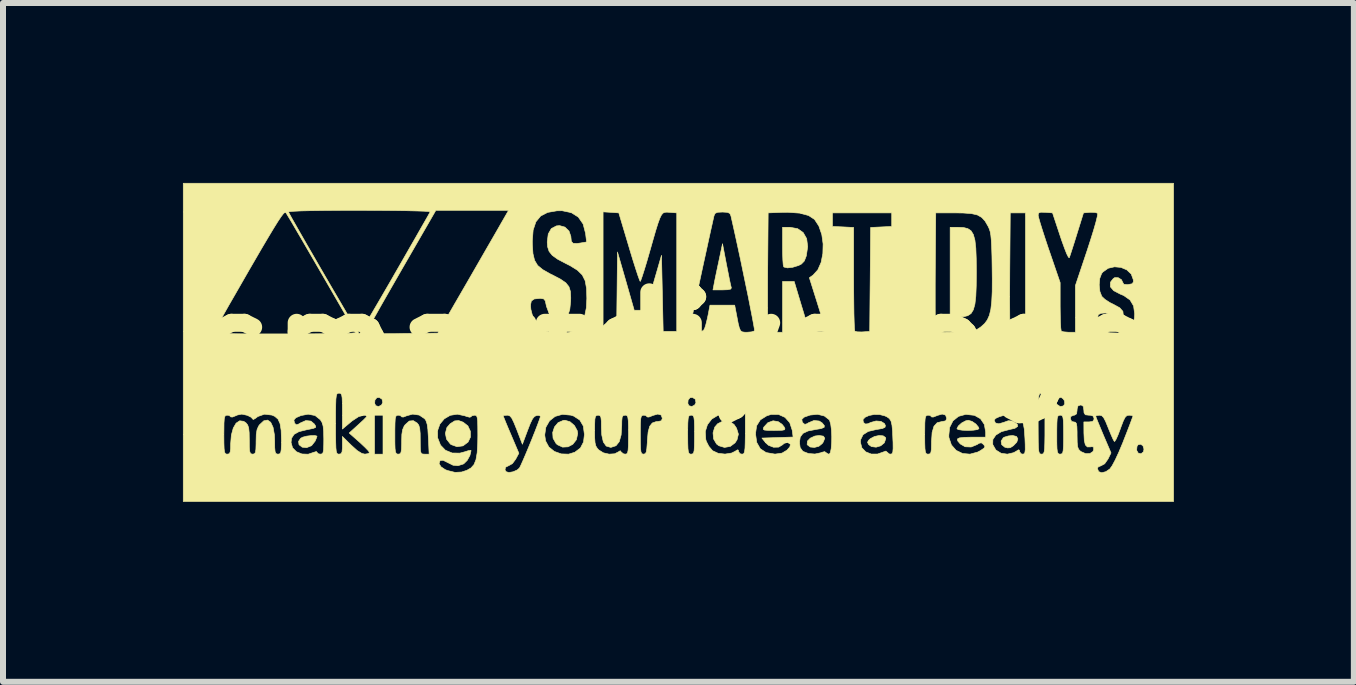
<source format=kicad_pcb>
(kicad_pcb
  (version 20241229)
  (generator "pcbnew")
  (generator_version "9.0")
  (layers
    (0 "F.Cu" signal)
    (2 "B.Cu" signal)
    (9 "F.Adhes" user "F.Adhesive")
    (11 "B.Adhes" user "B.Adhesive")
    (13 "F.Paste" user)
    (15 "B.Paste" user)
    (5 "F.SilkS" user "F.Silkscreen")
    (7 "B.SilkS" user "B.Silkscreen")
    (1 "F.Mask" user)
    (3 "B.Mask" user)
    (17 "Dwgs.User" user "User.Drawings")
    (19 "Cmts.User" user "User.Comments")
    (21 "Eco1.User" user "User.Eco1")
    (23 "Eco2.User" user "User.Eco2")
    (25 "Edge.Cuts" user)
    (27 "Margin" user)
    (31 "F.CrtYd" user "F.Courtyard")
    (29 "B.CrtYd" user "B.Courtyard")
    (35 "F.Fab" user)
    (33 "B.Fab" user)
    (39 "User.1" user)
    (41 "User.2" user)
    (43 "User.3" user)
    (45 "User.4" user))
  (footprint "smartdiyslogo"
    (layer "F.Cu")
    (at 8.246 2.658)
    (property "Reference" "smartdiyslogo" (at 0 0 0) (layer "F.SilkS") (effects (font (size 1.524 1.524) (thickness 0.3))))
    (attr through_hole)
    (fp_poly (pts (xy 2.431 1.563) (xy 2.454 1.598) (xy 2.429 1.661) (xy 2.411 1.687) (xy 2.355 1.732) (xy 2.281 1.751) (xy 2.21 1.744) (xy 2.164 1.708) (xy 2.16 1.701) (xy 2.165 1.645) (xy 2.213 1.596) (xy 2.289 1.561) (xy 2.36 1.552) (xy 2.431 1.563)) (stroke (width 0.01) (type solid)) (fill yes) (layer "F.SilkS"))
    (fp_poly (pts (xy 3.428 1.558) (xy 3.467 1.586) (xy 3.471 1.604) (xy 3.447 1.674) (xy 3.387 1.724) (xy 3.309 1.747) (xy 3.232 1.737) (xy 3.186 1.704) (xy 3.166 1.666) (xy 3.185 1.631) (xy 3.214 1.605) (xy 3.284 1.568) (xy 3.361 1.552) (xy 3.428 1.558)) (stroke (width 0.01) (type solid)) (fill yes) (layer "F.SilkS"))
    (fp_poly (pts (xy 5.65 1.568) (xy 5.673 1.609) (xy 5.655 1.663) (xy 5.599 1.722) (xy 5.546 1.756) (xy 5.5 1.759) (xy 5.454 1.747) (xy 5.403 1.705) (xy 5.394 1.645) (xy 5.429 1.591) (xy 5.445 1.581) (xy 5.513 1.56) (xy 5.586 1.552) (xy 5.65 1.568)) (stroke (width 0.01) (type solid)) (fill yes) (layer "F.SilkS"))
    (fp_poly (pts (xy -6.013 1.562) (xy -6.011 1.565) (xy -6.022 1.597) (xy -6.043 1.647) (xy -6.102 1.722) (xy -6.185 1.755) (xy -6.258 1.747) (xy -6.311 1.706) (xy -6.319 1.65) (xy -6.283 1.598) (xy -6.249 1.58) (xy -6.185 1.563) (xy -6.111 1.554) (xy -6.047 1.553) (xy -6.013 1.562)) (stroke (width 0.01) (type solid)) (fill yes) (layer "F.SilkS"))
    (fp_poly (pts (xy 4.909 1.317) (xy 4.973 1.361) (xy 5.016 1.413) (xy 5.024 1.439) (xy 4.998 1.454) (xy 4.929 1.464) (xy 4.84 1.468) (xy 4.747 1.464) (xy 4.681 1.454) (xy 4.657 1.44) (xy 4.68 1.394) (xy 4.735 1.344) (xy 4.802 1.308) (xy 4.845 1.298) (xy 4.909 1.317)) (stroke (width 0.01) (type solid)) (fill yes) (layer "F.SilkS"))
    (fp_poly (pts (xy -3.575 1.33) (xy -3.496 1.392) (xy -3.454 1.482) (xy -3.453 1.579) (xy -3.493 1.662) (xy -3.577 1.725) (xy -3.677 1.739) (xy -3.775 1.704) (xy -3.789 1.693) (xy -3.852 1.613) (xy -3.871 1.516) (xy -3.846 1.42) (xy -3.792 1.357) (xy -3.717 1.309) (xy -3.65 1.303) (xy -3.575 1.33)) (stroke (width 0.01) (type solid)) (fill yes) (layer "F.SilkS"))
    (fp_poly (pts (xy 0.859 1.31) (xy 0.941 1.368) (xy 0.983 1.43) (xy 1.014 1.53) (xy 0.991 1.624) (xy 0.958 1.675) (xy 0.879 1.734) (xy 0.782 1.751) (xy 0.688 1.723) (xy 0.649 1.693) (xy 0.6 1.609) (xy 0.591 1.508) (xy 0.62 1.412) (xy 0.667 1.357) (xy 0.766 1.306) (xy 0.859 1.31)) (stroke (width 0.01) (type solid)) (fill yes) (layer "F.SilkS"))
    (fp_poly (pts (xy 1.677 1.321) (xy 1.742 1.366) (xy 1.777 1.41) (xy 1.79 1.44) (xy 1.782 1.457) (xy 1.743 1.465) (xy 1.662 1.467) (xy 1.609 1.468) (xy 1.506 1.467) (xy 1.449 1.462) (xy 1.428 1.449) (xy 1.432 1.425) (xy 1.44 1.41) (xy 1.505 1.339) (xy 1.592 1.307) (xy 1.677 1.321)) (stroke (width 0.01) (type solid)) (fill yes) (layer "F.SilkS"))
    (fp_poly (pts (xy -1.793 1.323) (xy -1.719 1.387) (xy -1.673 1.471) (xy -1.665 1.519) (xy -1.687 1.622) (xy -1.746 1.698) (xy -1.826 1.741) (xy -1.917 1.746) (xy -2.004 1.706) (xy -2.027 1.684) (xy -2.076 1.598) (xy -2.082 1.502) (xy -2.052 1.41) (xy -1.992 1.338) (xy -1.906 1.301) (xy -1.877 1.298) (xy -1.793 1.323)) (stroke (width 0.01) (type solid)) (fill yes) (layer "F.SilkS"))
    (fp_poly (pts (xy 0.816 -1.295) (xy 0.843 -1.159) (xy 0.866 -1.042) (xy 0.885 -0.955) (xy 0.896 -0.911) (xy 0.896 -0.91) (xy 0.887 -0.889) (xy 0.833 -0.878) (xy 0.75 -0.875) (xy 0.59 -0.875) (xy 0.608 -0.97) (xy 0.621 -1.038) (xy 0.643 -1.144) (xy 0.67 -1.272) (xy 0.688 -1.355) (xy 0.749 -1.645) (xy 0.816 -1.295)) (stroke (width 0.01) (type solid)) (fill yes) (layer "F.SilkS"))
    (fp_poly (pts (xy 2.001 -1.896) (xy 2.094 -1.831) (xy 2.152 -1.729) (xy 2.169 -1.596) (xy 2.146 -1.442) (xy 2.113 -1.357) (xy 2.064 -1.306) (xy 2.017 -1.282) (xy 1.919 -1.252) (xy 1.832 -1.242) (xy 1.774 -1.256) (xy 1.769 -1.261) (xy 1.761 -1.295) (xy 1.755 -1.373) (xy 1.751 -1.484) (xy 1.75 -1.599) (xy 1.75 -1.919) (xy 1.873 -1.919) (xy 2.001 -1.896)) (stroke (width 0.01) (type solid)) (fill yes) (layer "F.SilkS"))
    (fp_poly (pts (xy 4.766 -1.915) (xy 4.838 -1.897) (xy 4.893 -1.86) (xy 4.931 -1.798) (xy 4.957 -1.704) (xy 4.972 -1.573) (xy 4.979 -1.397) (xy 4.981 -1.172) (xy 4.981 -1.171) (xy 4.979 -0.945) (xy 4.972 -0.77) (xy 4.957 -0.638) (xy 4.931 -0.544) (xy 4.893 -0.482) (xy 4.838 -0.445) (xy 4.766 -0.428) (xy 4.673 -0.423) (xy 4.544 -0.423) (xy 4.544 -1.919) (xy 4.673 -1.919) (xy 4.766 -1.915)) (stroke (width 0.01) (type solid)) (fill yes) (layer "F.SilkS"))
    (fp_poly (pts (xy 8.269 2.653) (xy -8.241 2.653) (xy -8.241 1.538) (xy -7.564 1.538) (xy -7.563 1.678) (xy -7.56 1.77) (xy -7.553 1.825) (xy -7.541 1.853) (xy -7.521 1.862) (xy -7.507 1.863) (xy -7.476 1.857) (xy -7.459 1.829) (xy -7.452 1.769) (xy -7.451 1.692) (xy -7.439 1.545) (xy -7.407 1.428) (xy -7.36 1.347) (xy -7.3 1.307) (xy -7.233 1.316) (xy -7.195 1.342) (xy -7.167 1.377) (xy -7.15 1.427) (xy -7.142 1.506) (xy -7.14 1.627) (xy -7.139 1.743) (xy -7.134 1.813) (xy -7.122 1.848) (xy -7.101 1.861) (xy -7.084 1.863) (xy -7.055 1.858) (xy -7.038 1.834) (xy -7.03 1.782) (xy -7.027 1.687) (xy -7.027 1.655) (xy -7.024 1.535) (xy -7.011 1.455) (xy -6.986 1.397) (xy -6.969 1.373) (xy -6.898 1.307) (xy -6.835 1.295) (xy -6.783 1.332) (xy -6.744 1.415) (xy -6.721 1.542) (xy -6.717 1.643) (xy -6.716 1.754) (xy -6.71 1.819) (xy -6.697 1.852) (xy -6.673 1.862) (xy -6.66 1.863) (xy -6.633 1.858) (xy -6.616 1.837) (xy -6.608 1.789) (xy -6.604 1.702) (xy -6.604 1.668) (xy -6.444 1.668) (xy -6.419 1.757) (xy -6.354 1.823) (xy -6.263 1.86) (xy -6.158 1.864) (xy -6.066 1.833) (xy -6.021 1.819) (xy -6.011 1.833) (xy -5.988 1.857) (xy -5.955 1.863) (xy -5.928 1.858) (xy -5.911 1.838) (xy -5.902 1.791) (xy -5.899 1.707) (xy -5.898 1.612) (xy -5.901 1.484) (xy -5.909 1.397) (xy -5.925 1.34) (xy -5.701 1.34) (xy -5.701 1.355) (xy -5.701 1.535) (xy -5.699 1.667) (xy -5.696 1.758) (xy -5.69 1.815) (xy -5.68 1.846) (xy -5.666 1.86) (xy -5.646 1.863) (xy -5.644 1.863) (xy -5.611 1.856) (xy -5.594 1.825) (xy -5.588 1.758) (xy -5.588 1.715) (xy -5.588 1.568) (xy -5.439 1.715) (xy -5.34 1.804) (xy -5.264 1.851) (xy -5.213 1.863) (xy -5.157 1.854) (xy -5.136 1.836) (xy -5.156 1.806) (xy -5.209 1.751) (xy -5.284 1.68) (xy -5.306 1.66) (xy -5.475 1.511) (xy -5.313 1.364) (xy -5.233 1.29) (xy -5.19 1.246) (xy -5.181 1.224) (xy -5.201 1.216) (xy -5.231 1.215) (xy -5.316 1.237) (xy -5.423 1.307) (xy -5.45 1.329) (xy -5.588 1.445) (xy -5.588 1.214) (xy -5.052 1.214) (xy -5.052 1.863) (xy -4.911 1.863) (xy -4.911 1.538) (xy -4.713 1.538) (xy -4.713 1.678) (xy -4.71 1.77) (xy -4.703 1.825) (xy -4.69 1.853) (xy -4.67 1.862) (xy -4.657 1.863) (xy -4.628 1.858) (xy -4.611 1.834) (xy -4.603 1.782) (xy -4.6 1.687) (xy -4.6 1.655) (xy -4.597 1.535) (xy -4.584 1.455) (xy -4.559 1.397) (xy -4.542 1.373) (xy -4.473 1.311) (xy -4.405 1.305) (xy -4.341 1.345) (xy -4.315 1.379) (xy -4.299 1.433) (xy -4.291 1.517) (xy -4.29 1.627) (xy -4.289 1.742) (xy -4.285 1.812) (xy -4.274 1.848) (xy -4.252 1.861) (xy -4.216 1.863) (xy -4.142 1.863) (xy -4.154 1.596) (xy -4.162 1.47) (xy -4.001 1.47) (xy -4 1.591) (xy -3.952 1.713) (xy -3.87 1.798) (xy -3.758 1.844) (xy -3.63 1.846) (xy -3.551 1.825) (xy -3.485 1.804) (xy -3.447 1.8) (xy -3.443 1.804) (xy -3.462 1.885) (xy -3.507 1.967) (xy -3.564 2.023) (xy -3.573 2.028) (xy -3.662 2.056) (xy -3.743 2.048) (xy -3.835 2.002) (xy -3.908 1.966) (xy -3.953 1.968) (xy -3.961 1.974) (xy -3.976 2.021) (xy -3.945 2.073) (xy -3.874 2.121) (xy -3.836 2.136) (xy -3.71 2.167) (xy -3.6 2.161) (xy -3.512 2.132) (xy -3.444 2.093) (xy -3.394 2.037) (xy -3.361 1.955) (xy -3.341 1.839) (xy -3.332 1.681) (xy -3.33 1.553) (xy -3.331 1.41) (xy -3.333 1.314) (xy -3.34 1.256) (xy -3.351 1.226) (xy -3.353 1.225) (xy -2.907 1.225) (xy -2.896 1.254) (xy -2.868 1.324) (xy -2.826 1.425) (xy -2.776 1.542) (xy -2.646 1.848) (xy -2.699 1.947) (xy -2.754 2.021) (xy -2.815 2.055) (xy -2.815 2.055) (xy -2.868 2.081) (xy -2.877 2.127) (xy -2.858 2.156) (xy -2.812 2.169) (xy -2.742 2.157) (xy -2.674 2.127) (xy -2.637 2.095) (xy -2.616 2.055) (xy -2.58 1.975) (xy -2.533 1.866) (xy -2.48 1.739) (xy -2.426 1.607) (xy -2.401 1.544) (xy -2.215 1.544) (xy -2.2 1.644) (xy -2.146 1.744) (xy -2.054 1.818) (xy -1.939 1.859) (xy -1.816 1.863) (xy -1.713 1.831) (xy -1.62 1.761) (xy -1.568 1.661) (xy -1.553 1.535) (xy -1.562 1.469) (xy -1.383 1.469) (xy -1.382 1.593) (xy -1.376 1.674) (xy -1.362 1.728) (xy -1.338 1.767) (xy -1.314 1.793) (xy -1.237 1.841) (xy -1.141 1.863) (xy -1.049 1.857) (xy -0.99 1.827) (xy -0.956 1.806) (xy -0.94 1.827) (xy -0.904 1.857) (xy -0.873 1.863) (xy -0.849 1.859) (xy -0.834 1.84) (xy -0.825 1.798) (xy -0.82 1.723) (xy -0.819 1.605) (xy -0.818 1.538) (xy -0.621 1.538) (xy -0.62 1.678) (xy -0.617 1.771) (xy -0.61 1.826) (xy -0.597 1.853) (xy -0.578 1.862) (xy -0.567 1.863) (xy -0.54 1.856) (xy -0.523 1.83) (xy -0.513 1.773) (xy -0.505 1.674) (xy -0.504 1.638) (xy -0.495 1.538) (xy 0.169 1.538) (xy 0.17 1.678) (xy 0.173 1.77) (xy 0.18 1.825) (xy 0.192 1.853) (xy 0.212 1.862) (xy 0.226 1.863) (xy 0.25 1.859) (xy 0.266 1.843) (xy 0.276 1.803) (xy 0.28 1.731) (xy 0.282 1.617) (xy 0.282 1.538) (xy 0.282 1.486) (xy 0.462 1.486) (xy 0.47 1.617) (xy 0.479 1.649) (xy 0.522 1.733) (xy 0.581 1.803) (xy 0.584 1.806) (xy 0.677 1.849) (xy 0.791 1.862) (xy 0.9 1.845) (xy 0.953 1.819) (xy 0.999 1.791) (xy 1.014 1.797) (xy 1.016 1.819) (xy 1.04 1.855) (xy 1.072 1.863) (xy 1.093 1.86) (xy 1.107 1.848) (xy 1.117 1.818) (xy 1.124 1.763) (xy 1.127 1.675) (xy 1.129 1.546) (xy 1.129 1.521) (xy 1.299 1.521) (xy 1.299 1.523) (xy 1.32 1.669) (xy 1.379 1.773) (xy 1.477 1.837) (xy 1.615 1.861) (xy 1.628 1.862) (xy 1.741 1.846) (xy 1.823 1.797) (xy 1.871 1.743) (xy 1.881 1.701) (xy 1.88 1.698) (xy 1.834 1.667) (xy 1.777 1.683) (xy 1.75 1.707) (xy 1.685 1.746) (xy 1.6 1.748) (xy 1.516 1.716) (xy 1.467 1.672) (xy 1.461 1.664) (xy 2.032 1.664) (xy 2.043 1.753) (xy 2.083 1.809) (xy 2.095 1.819) (xy 2.183 1.853) (xy 2.29 1.861) (xy 2.388 1.84) (xy 2.399 1.834) (xy 2.453 1.821) (xy 2.469 1.834) (xy 2.51 1.86) (xy 2.528 1.863) (xy 2.547 1.837) (xy 2.561 1.769) (xy 2.568 1.674) (xy 2.569 1.665) (xy 3.048 1.665) (xy 3.072 1.757) (xy 3.137 1.825) (xy 3.228 1.861) (xy 3.334 1.861) (xy 3.422 1.83) (xy 3.472 1.812) (xy 3.494 1.83) (xy 3.527 1.859) (xy 3.552 1.863) (xy 3.575 1.856) (xy 3.588 1.828) (xy 3.593 1.769) (xy 3.592 1.667) (xy 3.59 1.63) (xy 3.586 1.538) (xy 4.12 1.538) (xy 4.121 1.678) (xy 4.124 1.77) (xy 4.131 1.825) (xy 4.143 1.853) (xy 4.163 1.862) (xy 4.177 1.863) (xy 4.206 1.858) (xy 4.223 1.835) (xy 4.231 1.782) (xy 4.233 1.687) (xy 4.233 1.654) (xy 4.24 1.557) (xy 4.521 1.557) (xy 4.524 1.588) (xy 4.565 1.71) (xy 4.644 1.8) (xy 4.751 1.852) (xy 4.875 1.863) (xy 5.004 1.828) (xy 5.049 1.804) (xy 5.108 1.764) (xy 5.124 1.737) (xy 5.105 1.707) (xy 5.102 1.703) (xy 5.254 1.703) (xy 5.304 1.79) (xy 5.311 1.797) (xy 5.393 1.848) (xy 5.498 1.863) (xy 5.601 1.839) (xy 5.638 1.819) (xy 5.683 1.791) (xy 5.699 1.797) (xy 5.701 1.819) (xy 5.724 1.855) (xy 5.752 1.863) (xy 5.776 1.858) (xy 5.79 1.836) (xy 5.796 1.787) (xy 5.795 1.7) (xy 5.791 1.602) (xy 5.78 1.445) (xy 5.76 1.34) (xy 6.011 1.34) (xy 6.011 1.355) (xy 6.012 1.535) (xy 6.013 1.667) (xy 6.016 1.758) (xy 6.022 1.815) (xy 6.032 1.846) (xy 6.047 1.86) (xy 6.066 1.863) (xy 6.068 1.863) (xy 6.088 1.86) (xy 6.102 1.848) (xy 6.113 1.818) (xy 6.119 1.763) (xy 6.122 1.675) (xy 6.124 1.546) (xy 6.124 1.538) (xy 6.322 1.538) (xy 6.322 1.678) (xy 6.325 1.77) (xy 6.332 1.825) (xy 6.345 1.853) (xy 6.364 1.862) (xy 6.378 1.863) (xy 6.402 1.859) (xy 6.419 1.843) (xy 6.428 1.803) (xy 6.433 1.731) (xy 6.435 1.617) (xy 6.435 1.538) (xy 6.434 1.399) (xy 6.431 1.306) (xy 6.427 1.27) (xy 6.548 1.27) (xy 6.568 1.317) (xy 6.604 1.326) (xy 6.632 1.331) (xy 6.649 1.353) (xy 6.657 1.403) (xy 6.66 1.493) (xy 6.66 1.551) (xy 6.662 1.665) (xy 6.669 1.738) (xy 6.685 1.782) (xy 6.714 1.812) (xy 6.724 1.82) (xy 6.802 1.854) (xy 6.874 1.853) (xy 6.925 1.819) (xy 6.937 1.787) (xy 6.935 1.743) (xy 6.898 1.739) (xy 6.885 1.742) (xy 6.832 1.743) (xy 6.798 1.709) (xy 6.78 1.634) (xy 6.774 1.509) (xy 6.774 1.503) (xy 6.773 1.326) (xy 6.858 1.326) (xy 6.92 1.318) (xy 6.942 1.285) (xy 6.943 1.27) (xy 6.93 1.229) (xy 6.971 1.229) (xy 6.981 1.26) (xy 7.01 1.332) (xy 7.052 1.433) (xy 7.098 1.544) (xy 7.226 1.842) (xy 7.176 1.944) (xy 7.12 2.024) (xy 7.063 2.055) (xy 7.013 2.076) (xy 6.999 2.1) (xy 7.019 2.154) (xy 7.07 2.173) (xy 7.14 2.155) (xy 7.206 2.11) (xy 7.244 2.057) (xy 7.296 1.96) (xy 7.358 1.826) (xy 7.369 1.799) (xy 7.653 1.799) (xy 7.68 1.846) (xy 7.726 1.857) (xy 7.767 1.824) (xy 7.775 1.778) (xy 7.758 1.723) (xy 7.718 1.697) (xy 7.677 1.707) (xy 7.659 1.734) (xy 7.653 1.799) (xy 7.369 1.799) (xy 7.425 1.666) (xy 7.433 1.644) (xy 7.488 1.504) (xy 7.535 1.383) (xy 7.569 1.291) (xy 7.589 1.237) (xy 7.592 1.228) (xy 7.568 1.217) (xy 7.526 1.214) (xy 7.491 1.22) (xy 7.462 1.248) (xy 7.432 1.306) (xy 7.394 1.405) (xy 7.382 1.439) (xy 7.344 1.54) (xy 7.311 1.614) (xy 7.288 1.65) (xy 7.282 1.652) (xy 7.263 1.621) (xy 7.231 1.55) (xy 7.191 1.454) (xy 7.18 1.426) (xy 7.136 1.318) (xy 7.102 1.253) (xy 7.071 1.222) (xy 7.035 1.214) (xy 7.035 1.214) (xy 6.985 1.22) (xy 6.971 1.229) (xy 6.93 1.229) (xy 6.929 1.229) (xy 6.88 1.214) (xy 6.858 1.214) (xy 6.798 1.207) (xy 6.776 1.174) (xy 6.773 1.129) (xy 6.764 1.067) (xy 6.731 1.045) (xy 6.717 1.044) (xy 6.676 1.058) (xy 6.661 1.107) (xy 6.66 1.129) (xy 6.652 1.191) (xy 6.619 1.213) (xy 6.604 1.214) (xy 6.557 1.234) (xy 6.548 1.27) (xy 6.427 1.27) (xy 6.424 1.251) (xy 6.412 1.223) (xy 6.392 1.214) (xy 6.378 1.214) (xy 6.354 1.217) (xy 6.338 1.234) (xy 6.328 1.273) (xy 6.324 1.345) (xy 6.322 1.459) (xy 6.322 1.538) (xy 6.124 1.538) (xy 6.124 1.369) (xy 6.124 1.355) (xy 6.124 1.174) (xy 6.123 1.042) (xy 6.121 0.992) (xy 6.308 0.992) (xy 6.324 1.033) (xy 6.378 1.069) (xy 6.43 1.06) (xy 6.454 1.028) (xy 6.45 0.974) (xy 6.428 0.941) (xy 6.391 0.914) (xy 6.356 0.93) (xy 6.339 0.946) (xy 6.308 0.992) (xy 6.121 0.992) (xy 6.119 0.952) (xy 6.113 0.894) (xy 6.103 0.863) (xy 6.089 0.85) (xy 6.069 0.847) (xy 6.068 0.847) (xy 6.048 0.849) (xy 6.033 0.861) (xy 6.023 0.891) (xy 6.017 0.946) (xy 6.013 1.035) (xy 6.012 1.163) (xy 6.011 1.34) (xy 5.76 1.34) (xy 5.76 1.336) (xy 5.726 1.265) (xy 5.674 1.223) (xy 5.606 1.202) (xy 5.536 1.201) (xy 5.449 1.214) (xy 5.366 1.238) (xy 5.302 1.267) (xy 5.278 1.296) (xy 5.299 1.344) (xy 5.356 1.357) (xy 5.436 1.334) (xy 5.513 1.306) (xy 5.575 1.31) (xy 5.601 1.321) (xy 5.663 1.362) (xy 5.67 1.4) (xy 5.624 1.432) (xy 5.532 1.453) (xy 5.399 1.488) (xy 5.306 1.545) (xy 5.256 1.619) (xy 5.254 1.703) (xy 5.102 1.703) (xy 5.101 1.702) (xy 5.064 1.674) (xy 5.026 1.682) (xy 4.992 1.704) (xy 4.894 1.744) (xy 4.794 1.74) (xy 4.713 1.693) (xy 4.671 1.644) (xy 4.664 1.611) (xy 4.699 1.592) (xy 4.78 1.583) (xy 4.897 1.58) (xy 5.136 1.58) (xy 5.136 1.494) (xy 5.114 1.368) (xy 5.05 1.273) (xy 4.951 1.217) (xy 4.948 1.216) (xy 4.805 1.2) (xy 4.684 1.233) (xy 4.591 1.308) (xy 4.535 1.418) (xy 4.521 1.557) (xy 4.24 1.557) (xy 4.243 1.502) (xy 4.274 1.398) (xy 4.328 1.339) (xy 4.408 1.319) (xy 4.411 1.319) (xy 4.47 1.308) (xy 4.487 1.267) (xy 4.487 1.266) (xy 4.467 1.211) (xy 4.411 1.195) (xy 4.327 1.219) (xy 4.319 1.223) (xy 4.262 1.245) (xy 4.234 1.243) (xy 4.233 1.24) (xy 4.21 1.218) (xy 4.177 1.214) (xy 4.153 1.217) (xy 4.137 1.234) (xy 4.127 1.273) (xy 4.122 1.345) (xy 4.121 1.459) (xy 4.12 1.538) (xy 3.586 1.538) (xy 3.584 1.482) (xy 3.574 1.379) (xy 3.558 1.312) (xy 3.531 1.27) (xy 3.49 1.241) (xy 3.455 1.225) (xy 3.368 1.203) (xy 3.276 1.202) (xy 3.191 1.219) (xy 3.125 1.249) (xy 3.09 1.288) (xy 3.098 1.333) (xy 3.101 1.337) (xy 3.132 1.361) (xy 3.173 1.356) (xy 3.222 1.334) (xy 3.309 1.31) (xy 3.391 1.317) (xy 3.449 1.353) (xy 3.465 1.387) (xy 3.458 1.415) (xy 3.417 1.435) (xy 3.331 1.45) (xy 3.315 1.452) (xy 3.179 1.484) (xy 3.092 1.539) (xy 3.052 1.621) (xy 3.048 1.665) (xy 2.569 1.665) (xy 2.57 1.566) (xy 2.565 1.458) (xy 2.553 1.365) (xy 2.535 1.302) (xy 2.529 1.291) (xy 2.447 1.227) (xy 2.334 1.199) (xy 2.207 1.212) (xy 2.205 1.213) (xy 2.111 1.246) (xy 2.071 1.283) (xy 2.079 1.328) (xy 2.089 1.341) (xy 2.121 1.367) (xy 2.16 1.355) (xy 2.182 1.34) (xy 2.274 1.302) (xy 2.362 1.311) (xy 2.411 1.343) (xy 2.447 1.388) (xy 2.443 1.417) (xy 2.393 1.437) (xy 2.307 1.451) (xy 2.175 1.477) (xy 2.09 1.517) (xy 2.045 1.578) (xy 2.032 1.664) (xy 1.461 1.664) (xy 1.406 1.595) (xy 1.926 1.578) (xy 1.911 1.464) (xy 1.87 1.339) (xy 1.791 1.25) (xy 1.684 1.202) (xy 1.56 1.201) (xy 1.487 1.224) (xy 1.38 1.291) (xy 1.318 1.389) (xy 1.299 1.521) (xy 1.129 1.521) (xy 1.129 1.369) (xy 1.129 1.355) (xy 1.129 1.174) (xy 1.127 1.042) (xy 1.124 0.952) (xy 1.118 0.894) (xy 1.108 0.863) (xy 1.094 0.85) (xy 1.074 0.847) (xy 1.072 0.847) (xy 1.044 0.852) (xy 1.027 0.875) (xy 1.018 0.927) (xy 1.016 1.021) (xy 1.016 1.057) (xy 1.016 1.267) (xy 0.914 1.225) (xy 0.787 1.197) (xy 0.669 1.218) (xy 0.57 1.278) (xy 0.498 1.371) (xy 0.462 1.486) (xy 0.282 1.486) (xy 0.282 1.399) (xy 0.279 1.306) (xy 0.272 1.251) (xy 0.259 1.223) (xy 0.24 1.214) (xy 0.226 1.214) (xy 0.202 1.217) (xy 0.185 1.234) (xy 0.176 1.273) (xy 0.171 1.345) (xy 0.169 1.459) (xy 0.169 1.538) (xy -0.495 1.538) (xy -0.491 1.494) (xy -0.465 1.399) (xy -0.422 1.344) (xy -0.358 1.321) (xy -0.327 1.319) (xy -0.27 1.307) (xy -0.254 1.266) (xy -0.274 1.211) (xy -0.33 1.195) (xy -0.414 1.219) (xy -0.422 1.223) (xy -0.479 1.245) (xy -0.507 1.243) (xy -0.508 1.24) (xy -0.532 1.218) (xy -0.564 1.214) (xy -0.589 1.217) (xy -0.605 1.234) (xy -0.614 1.273) (xy -0.619 1.345) (xy -0.621 1.459) (xy -0.621 1.538) (xy -0.818 1.538) (xy -0.819 1.399) (xy -0.822 1.306) (xy -0.829 1.251) (xy -0.841 1.223) (xy -0.861 1.214) (xy -0.875 1.214) (xy -0.907 1.22) (xy -0.924 1.247) (xy -0.93 1.309) (xy -0.931 1.381) (xy -0.941 1.543) (xy -0.973 1.656) (xy -1.027 1.723) (xy -1.107 1.749) (xy -1.12 1.749) (xy -1.19 1.728) (xy -1.238 1.66) (xy -1.264 1.544) (xy -1.27 1.419) (xy -1.271 1.313) (xy -1.278 1.251) (xy -1.292 1.222) (xy -1.319 1.214) (xy -1.326 1.214) (xy -1.353 1.218) (xy -1.37 1.238) (xy -1.379 1.284) (xy -1.382 1.367) (xy -1.383 1.469) (xy -1.562 1.469) (xy -1.571 1.396) (xy -1.63 1.295) (xy -1.731 1.229) (xy -1.781 1.213) (xy -1.921 1.2) (xy -2.041 1.234) (xy -2.135 1.308) (xy -2.196 1.414) (xy -2.215 1.544) (xy -2.401 1.544) (xy -2.375 1.479) (xy -2.332 1.367) (xy -2.301 1.282) (xy -2.286 1.236) (xy -2.286 1.232) (xy -2.309 1.218) (xy -2.349 1.219) (xy -2.384 1.234) (xy -2.418 1.274) (xy -2.455 1.35) (xy -2.499 1.463) (xy -2.587 1.698) (xy -2.68 1.456) (xy -2.727 1.34) (xy -2.762 1.267) (xy -2.792 1.229) (xy -2.824 1.215) (xy -2.84 1.214) (xy -2.892 1.218) (xy -2.907 1.225) (xy -3.353 1.225) (xy -3.37 1.215) (xy -3.387 1.214) (xy -3.433 1.225) (xy -3.443 1.24) (xy -3.466 1.248) (xy -3.522 1.234) (xy -3.543 1.225) (xy -3.672 1.197) (xy -3.79 1.216) (xy -3.889 1.274) (xy -3.962 1.361) (xy -4.001 1.47) (xy -4.162 1.47) (xy -4.162 1.458) (xy -4.175 1.364) (xy -4.195 1.304) (xy -4.216 1.273) (xy -4.307 1.212) (xy -4.416 1.196) (xy -4.515 1.223) (xy -4.572 1.245) (xy -4.6 1.242) (xy -4.6 1.24) (xy -4.624 1.218) (xy -4.657 1.214) (xy -4.681 1.217) (xy -4.697 1.234) (xy -4.707 1.273) (xy -4.711 1.345) (xy -4.713 1.459) (xy -4.713 1.538) (xy -4.911 1.538) (xy -4.911 1.214) (xy -5.052 1.214) (xy -5.588 1.214) (xy -5.588 1.146) (xy -5.589 1.017) (xy -5.05 1.017) (xy -5.032 1.055) (xy -4.985 1.069) (xy -4.937 1.045) (xy -4.922 1.017) (xy 0.171 1.017) (xy 0.189 1.055) (xy 0.236 1.069) (xy 0.284 1.045) (xy 0.306 1.005) (xy 0.295 0.947) (xy 0.248 0.918) (xy 0.207 0.923) (xy 0.176 0.96) (xy 0.171 1.017) (xy -4.922 1.017) (xy -4.915 1.005) (xy -4.927 0.947) (xy -4.973 0.918) (xy -5.014 0.923) (xy -5.045 0.96) (xy -5.05 1.017) (xy -5.589 1.017) (xy -5.589 1.013) (xy -5.592 0.926) (xy -5.6 0.877) (xy -5.614 0.853) (xy -5.637 0.847) (xy -5.644 0.847) (xy -5.665 0.849) (xy -5.679 0.861) (xy -5.689 0.891) (xy -5.696 0.946) (xy -5.699 1.035) (xy -5.701 1.163) (xy -5.701 1.34) (xy -5.925 1.34) (xy -5.926 1.338) (xy -5.954 1.292) (xy -5.955 1.29) (xy -6.044 1.219) (xy -6.159 1.197) (xy -6.279 1.22) (xy -6.363 1.256) (xy -6.397 1.294) (xy -6.386 1.343) (xy -6.381 1.351) (xy -6.355 1.374) (xy -6.316 1.361) (xy -6.29 1.344) (xy -6.197 1.303) (xy -6.113 1.312) (xy -6.055 1.361) (xy -6.033 1.397) (xy -6.035 1.418) (xy -6.072 1.434) (xy -6.151 1.45) (xy -6.182 1.456) (xy -6.312 1.488) (xy -6.393 1.533) (xy -6.435 1.597) (xy -6.444 1.668) (xy -6.604 1.668) (xy -6.604 1.624) (xy -6.609 1.466) (xy -6.627 1.355) (xy -6.661 1.28) (xy -6.715 1.233) (xy -6.763 1.212) (xy -6.887 1.197) (xy -6.998 1.236) (xy -7.034 1.264) (xy -7.072 1.286) (xy -7.084 1.277) (xy -7.108 1.249) (xy -7.167 1.219) (xy -7.182 1.214) (xy -7.265 1.196) (xy -7.336 1.21) (xy -7.366 1.223) (xy -7.422 1.245) (xy -7.45 1.242) (xy -7.451 1.24) (xy -7.474 1.218) (xy -7.507 1.214) (xy -7.531 1.217) (xy -7.547 1.234) (xy -7.557 1.273) (xy -7.562 1.345) (xy -7.563 1.459) (xy -7.564 1.538) (xy -8.241 1.538) (xy -8.241 -0.178) (xy -7.722 -0.178) (xy -7.714 -0.169) (xy -7.693 -0.161) (xy -7.652 -0.154) (xy -7.586 -0.149) (xy -7.492 -0.146) (xy -7.364 -0.144) (xy -7.197 -0.142) (xy -6.986 -0.141) (xy -6.726 -0.141) (xy -6.549 -0.141) (xy -6.296 -0.142) (xy -6.063 -0.143) (xy -5.854 -0.145) (xy -5.675 -0.148) (xy -5.532 -0.151) (xy -5.431 -0.155) (xy -5.377 -0.16) (xy -5.37 -0.162) (xy -5.404 -0.224) (xy -5.46 -0.323) (xy -5.535 -0.454) (xy -5.624 -0.609) (xy -5.725 -0.784) (xy -5.833 -0.971) (xy -5.945 -1.164) (xy -6.057 -1.357) (xy -6.165 -1.543) (xy -6.266 -1.717) (xy -6.356 -1.87) (xy -6.431 -1.999) (xy -6.489 -2.095) (xy -6.524 -2.153) (xy -6.533 -2.167) (xy -6.547 -2.168) (xy -6.572 -2.145) (xy -6.61 -2.095) (xy -6.663 -2.016) (xy -6.734 -1.902) (xy -6.824 -1.752) (xy -6.937 -1.561) (xy -7.074 -1.325) (xy -7.134 -1.222) (xy -7.258 -1.006) (xy -7.374 -0.804) (xy -7.479 -0.622) (xy -7.568 -0.464) (xy -7.64 -0.337) (xy -7.691 -0.246) (xy -7.717 -0.197) (xy -7.72 -0.191) (xy -7.722 -0.178) (xy -8.241 -0.178) (xy -8.241 -2.174) (xy -6.486 -2.174) (xy -6.469 -2.14) (xy -6.428 -2.065) (xy -6.365 -1.955) (xy -6.286 -1.816) (xy -6.193 -1.654) (xy -6.09 -1.476) (xy -5.981 -1.287) (xy -5.869 -1.094) (xy -5.758 -0.903) (xy -5.651 -0.721) (xy -5.553 -0.553) (xy -5.466 -0.405) (xy -5.394 -0.285) (xy -5.342 -0.198) (xy -5.312 -0.149) (xy -5.306 -0.142) (xy -5.289 -0.166) (xy -5.285 -0.173) (xy -5.183 -0.173) (xy -5.174 -0.161) (xy -5.145 -0.153) (xy -5.09 -0.147) (xy -5.001 -0.145) (xy -4.873 -0.145) (xy -4.699 -0.146) (xy -4.598 -0.148) (xy -3.997 -0.155) (xy -3.728 -0.622) (xy -2.452 -0.622) (xy -2.446 -0.551) (xy -2.406 -0.395) (xy -2.331 -0.279) (xy -2.217 -0.196) (xy -2.216 -0.196) (xy -2.094 -0.156) (xy -1.955 -0.146) (xy -1.819 -0.164) (xy -1.805 -0.169) (xy -1.242 -0.169) (xy -1.017 -0.169) (xy -1.009 -0.838) (xy -1.002 -1.507) (xy -0.862 -1.022) (xy -0.723 -0.536) (xy -0.631 -0.536) (xy -0.599 -0.536) (xy -0.574 -0.541) (xy -0.552 -0.557) (xy -0.53 -0.59) (xy -0.506 -0.647) (xy -0.477 -0.735) (xy -0.439 -0.859) (xy -0.391 -1.027) (xy -0.349 -1.171) (xy -0.268 -1.452) (xy -0.254 -0.818) (xy -0.24 -0.183) (xy -0.014 -0.183) (xy -0.014 -0.206) (xy 0.198 -0.206) (xy 0.224 -0.179) (xy 0.302 -0.169) (xy 0.311 -0.169) (xy 0.391 -0.176) (xy 0.434 -0.203) (xy 0.451 -0.233) (xy 0.471 -0.296) (xy 0.494 -0.389) (xy 0.509 -0.459) (xy 0.54 -0.621) (xy 0.952 -0.621) (xy 0.986 -0.445) (xy 1.01 -0.319) (xy 1.03 -0.239) (xy 1.051 -0.194) (xy 1.08 -0.175) (xy 1.124 -0.169) (xy 1.157 -0.169) (xy 1.231 -0.175) (xy 1.278 -0.19) (xy 1.282 -0.195) (xy 1.28 -0.226) (xy 1.266 -0.305) (xy 1.244 -0.424) (xy 1.214 -0.577) (xy 1.179 -0.756) (xy 1.178 -0.761) (xy 1.501 -0.761) (xy 1.501 -0.574) (xy 1.502 -0.418) (xy 1.504 -0.3) (xy 1.506 -0.227) (xy 1.509 -0.205) (xy 1.544 -0.181) (xy 1.616 -0.17) (xy 1.636 -0.169) (xy 1.75 -0.169) (xy 1.75 -1.016) (xy 1.944 -1.016) (xy 2.018 -0.769) (xy 2.059 -0.633) (xy 2.102 -0.492) (xy 2.137 -0.374) (xy 2.144 -0.353) (xy 2.194 -0.183) (xy 2.325 -0.175) (xy 2.406 -0.173) (xy 2.445 -0.185) (xy 2.455 -0.213) (xy 2.447 -0.256) (xy 2.425 -0.341) (xy 2.391 -0.459) (xy 2.348 -0.598) (xy 2.326 -0.669) (xy 2.197 -1.078) (xy 2.258 -1.121) (xy 2.338 -1.209) (xy 2.393 -1.334) (xy 2.422 -1.483) (xy 2.426 -1.642) (xy 2.404 -1.799) (xy 2.355 -1.94) (xy 2.283 -2.05) (xy 2.184 -2.115) (xy 2.036 -2.155) (xy 1.979 -2.159) (xy 2.582 -2.159) (xy 2.582 -1.933) (xy 2.759 -1.925) (xy 2.935 -1.916) (xy 2.935 -1.062) (xy 2.936 -0.847) (xy 2.938 -0.651) (xy 2.94 -0.481) (xy 2.944 -0.343) (xy 2.948 -0.244) (xy 2.953 -0.193) (xy 2.955 -0.187) (xy 2.994 -0.176) (xy 3.065 -0.174) (xy 3.089 -0.175) (xy 3.203 -0.183) (xy 3.208 -0.76) (xy 4.295 -0.76) (xy 4.295 -0.573) (xy 4.296 -0.417) (xy 4.298 -0.298) (xy 4.301 -0.224) (xy 4.304 -0.202) (xy 4.323 -0.185) (xy 4.369 -0.174) (xy 4.451 -0.17) (xy 4.578 -0.172) (xy 4.638 -0.173) (xy 4.779 -0.179) (xy 4.877 -0.186) (xy 4.944 -0.198) (xy 4.995 -0.218) (xy 5.042 -0.248) (xy 5.061 -0.262) (xy 5.119 -0.314) (xy 5.164 -0.375) (xy 5.198 -0.451) (xy 5.222 -0.55) (xy 5.237 -0.68) (xy 5.241 -0.76) (xy 5.536 -0.76) (xy 5.537 -0.573) (xy 5.538 -0.417) (xy 5.54 -0.299) (xy 5.543 -0.225) (xy 5.545 -0.203) (xy 5.585 -0.178) (xy 5.676 -0.175) (xy 5.679 -0.175) (xy 5.8 -0.183) (xy 5.8 -2.121) (xy 6.011 -2.121) (xy 6.02 -2.078) (xy 6.045 -1.99) (xy 6.083 -1.868) (xy 6.131 -1.72) (xy 6.186 -1.555) (xy 6.195 -1.53) (xy 6.378 -0.996) (xy 6.378 -0.601) (xy 6.38 -0.458) (xy 6.383 -0.334) (xy 6.388 -0.243) (xy 6.395 -0.193) (xy 6.397 -0.188) (xy 6.435 -0.176) (xy 6.506 -0.17) (xy 6.524 -0.169) (xy 6.632 -0.169) (xy 6.632 -0.41) (xy 7.003 -0.41) (xy 7.02 -0.342) (xy 7.06 -0.271) (xy 7.115 -0.208) (xy 7.181 -0.167) (xy 7.205 -0.16) (xy 7.343 -0.156) (xy 7.467 -0.197) (xy 7.542 -0.256) (xy 7.594 -0.325) (xy 7.616 -0.402) (xy 7.62 -0.476) (xy 7.602 -0.608) (xy 7.543 -0.707) (xy 7.438 -0.781) (xy 7.378 -0.806) (xy 7.269 -0.863) (xy 7.215 -0.927) (xy 7.216 -0.998) (xy 7.224 -1.014) (xy 7.263 -1.063) (xy 7.288 -1.08) (xy 7.347 -1.078) (xy 7.4 -1.045) (xy 7.422 -0.999) (xy 7.439 -0.969) (xy 7.497 -0.963) (xy 7.514 -0.965) (xy 7.577 -0.977) (xy 7.599 -1.007) (xy 7.598 -1.043) (xy 7.563 -1.139) (xy 7.489 -1.209) (xy 7.392 -1.25) (xy 7.284 -1.26) (xy 7.179 -1.236) (xy 7.091 -1.174) (xy 7.069 -1.147) (xy 7.038 -1.066) (xy 7.029 -0.959) (xy 7.04 -0.85) (xy 7.072 -0.767) (xy 7.074 -0.765) (xy 7.125 -0.717) (xy 7.208 -0.663) (xy 7.267 -0.634) (xy 7.371 -0.577) (xy 7.424 -0.517) (xy 7.431 -0.446) (xy 7.418 -0.399) (xy 7.377 -0.351) (xy 7.315 -0.342) (xy 7.25 -0.369) (xy 7.205 -0.423) (xy 7.17 -0.474) (xy 7.141 -0.491) (xy 7.09 -0.487) (xy 7.056 -0.484) (xy 7.013 -0.461) (xy 7.003 -0.41) (xy 6.632 -0.41) (xy 6.632 -0.947) (xy 6.83 -1.538) (xy 6.887 -1.715) (xy 6.936 -1.872) (xy 6.973 -2.001) (xy 6.996 -2.095) (xy 7.004 -2.146) (xy 7.003 -2.153) (xy 6.961 -2.166) (xy 6.889 -2.169) (xy 6.872 -2.168) (xy 6.767 -2.159) (xy 6.657 -1.806) (xy 6.615 -1.671) (xy 6.577 -1.552) (xy 6.548 -1.463) (xy 6.531 -1.414) (xy 6.53 -1.411) (xy 6.516 -1.42) (xy 6.487 -1.477) (xy 6.449 -1.574) (xy 6.402 -1.704) (xy 6.382 -1.764) (xy 6.251 -2.159) (xy 6.131 -2.168) (xy 6.055 -2.17) (xy 6.02 -2.157) (xy 6.011 -2.124) (xy 6.011 -2.121) (xy 5.8 -2.121) (xy 5.8 -2.159) (xy 5.546 -2.159) (xy 5.538 -1.2) (xy 5.537 -0.971) (xy 5.536 -0.76) (xy 5.241 -0.76) (xy 5.245 -0.847) (xy 5.246 -1.058) (xy 5.244 -1.235) (xy 5.241 -1.436) (xy 5.236 -1.589) (xy 5.23 -1.703) (xy 5.222 -1.786) (xy 5.211 -1.848) (xy 5.195 -1.895) (xy 5.179 -1.931) (xy 5.127 -2.021) (xy 5.071 -2.083) (xy 4.999 -2.124) (xy 4.9 -2.147) (xy 4.765 -2.157) (xy 4.633 -2.159) (xy 4.304 -2.159) (xy 4.296 -1.2) (xy 4.295 -0.971) (xy 4.295 -0.76) (xy 3.208 -0.76) (xy 3.211 -1.05) (xy 3.218 -1.916) (xy 3.57 -1.933) (xy 3.57 -2.159) (xy 2.582 -2.159) (xy 1.979 -2.159) (xy 1.838 -2.169) (xy 1.75 -2.168) (xy 1.51 -2.159) (xy 1.502 -1.2) (xy 1.501 -0.971) (xy 1.501 -0.761) (xy 1.178 -0.761) (xy 1.138 -0.953) (xy 1.095 -1.161) (xy 1.051 -1.373) (xy 1.006 -1.582) (xy 0.963 -1.78) (xy 0.923 -1.96) (xy 0.889 -2.11) (xy 0.871 -2.15) (xy 0.831 -2.168) (xy 0.752 -2.173) (xy 0.748 -2.173) (xy 0.667 -2.169) (xy 0.626 -2.151) (xy 0.608 -2.112) (xy 0.607 -2.11) (xy 0.583 -2.002) (xy 0.551 -1.86) (xy 0.514 -1.691) (xy 0.473 -1.502) (xy 0.429 -1.302) (xy 0.385 -1.098) (xy 0.342 -0.898) (xy 0.302 -0.709) (xy 0.266 -0.54) (xy 0.236 -0.397) (xy 0.213 -0.289) (xy 0.2 -0.223) (xy 0.198 -0.206) (xy -0.014 -0.206) (xy -0.014 -2.159) (xy -0.135 -2.168) (xy -0.178 -2.171) (xy -0.213 -2.168) (xy -0.243 -2.155) (xy -0.269 -2.124) (xy -0.296 -2.069) (xy -0.327 -1.984) (xy -0.365 -1.863) (xy -0.412 -1.7) (xy -0.468 -1.503) (xy -0.513 -1.347) (xy -0.554 -1.212) (xy -0.588 -1.106) (xy -0.612 -1.038) (xy -0.623 -1.016) (xy -0.635 -1.042) (xy -0.661 -1.114) (xy -0.697 -1.224) (xy -0.742 -1.365) (xy -0.792 -1.529) (xy -0.809 -1.587) (xy -0.98 -2.159) (xy -1.111 -2.168) (xy -1.242 -2.176) (xy -1.242 -0.169) (xy -1.805 -0.169) (xy -1.71 -0.209) (xy -1.7 -0.215) (xy -1.612 -0.303) (xy -1.553 -0.421) (xy -1.521 -0.576) (xy -1.513 -0.732) (xy -1.518 -0.901) (xy -1.541 -1.028) (xy -1.589 -1.124) (xy -1.669 -1.203) (xy -1.79 -1.278) (xy -1.865 -1.316) (xy -2 -1.387) (xy -2.089 -1.451) (xy -2.142 -1.517) (xy -2.167 -1.594) (xy -2.173 -1.674) (xy -2.156 -1.808) (xy -2.105 -1.897) (xy -2.02 -1.942) (xy -1.968 -1.947) (xy -1.878 -1.922) (xy -1.81 -1.856) (xy -1.779 -1.766) (xy -1.778 -1.751) (xy -1.771 -1.684) (xy -1.741 -1.652) (xy -1.677 -1.649) (xy -1.624 -1.656) (xy -1.517 -1.674) (xy -1.534 -1.817) (xy -1.575 -1.974) (xy -1.655 -2.089) (xy -1.772 -2.163) (xy -1.925 -2.195) (xy -2.011 -2.194) (xy -2.166 -2.167) (xy -2.282 -2.107) (xy -2.362 -2.01) (xy -2.408 -1.872) (xy -2.422 -1.689) (xy -2.421 -1.632) (xy -2.411 -1.479) (xy -2.384 -1.368) (xy -2.333 -1.283) (xy -2.248 -1.213) (xy -2.121 -1.141) (xy -2.089 -1.126) (xy -1.955 -1.056) (xy -1.864 -0.994) (xy -1.811 -0.928) (xy -1.786 -0.848) (xy -1.781 -0.741) (xy -1.783 -0.682) (xy -1.797 -0.549) (xy -1.825 -0.462) (xy -1.874 -0.414) (xy -1.951 -0.396) (xy -1.981 -0.395) (xy -2.075 -0.421) (xy -2.146 -0.494) (xy -2.188 -0.606) (xy -2.19 -0.62) (xy -2.206 -0.693) (xy -2.232 -0.725) (xy -2.283 -0.733) (xy -2.297 -0.733) (xy -2.389 -0.724) (xy -2.438 -0.69) (xy -2.452 -0.622) (xy -3.728 -0.622) (xy -3.5 -1.016) (xy -3.38 -1.224) (xy -3.265 -1.424) (xy -3.159 -1.608) (xy -3.066 -1.769) (xy -2.99 -1.901) (xy -2.936 -1.996) (xy -2.911 -2.039) (xy -2.818 -2.201) (xy -4.03 -2.201) (xy -4.596 -1.22) (xy -4.72 -1.004) (xy -4.836 -0.802) (xy -4.94 -0.62) (xy -5.029 -0.462) (xy -5.101 -0.336) (xy -5.151 -0.245) (xy -5.178 -0.195) (xy -5.18 -0.189) (xy -5.183 -0.173) (xy -5.285 -0.173) (xy -5.247 -0.233) (xy -5.184 -0.339) (xy -5.101 -0.479) (xy -5.002 -0.648) (xy -4.891 -0.839) (xy -4.769 -1.049) (xy -4.713 -1.147) (xy -4.588 -1.364) (xy -4.472 -1.567) (xy -4.367 -1.749) (xy -4.278 -1.906) (xy -4.206 -2.031) (xy -4.155 -2.121) (xy -4.129 -2.17) (xy -4.125 -2.176) (xy -4.15 -2.182) (xy -4.227 -2.187) (xy -4.349 -2.191) (xy -4.512 -2.195) (xy -4.711 -2.198) (xy -4.941 -2.2) (xy -5.195 -2.201) (xy -5.306 -2.201) (xy -5.614 -2.201) (xy -5.879 -2.199) (xy -6.1 -2.196) (xy -6.273 -2.192) (xy -6.397 -2.186) (xy -6.468 -2.18) (xy -6.486 -2.174) (xy -8.241 -2.174) (xy -8.241 -2.653) (xy 8.269 -2.653) (xy 8.269 2.653)) (stroke (width 0.01) (type solid)) (fill yes) (layer "F.SilkS")))
  (gr_rect
    (start -3 -3)
    (end 19.52 8.316)
    (stroke (width 0.1) (type default))
    (fill no)
    (layer "Edge.Cuts")))
</source>
